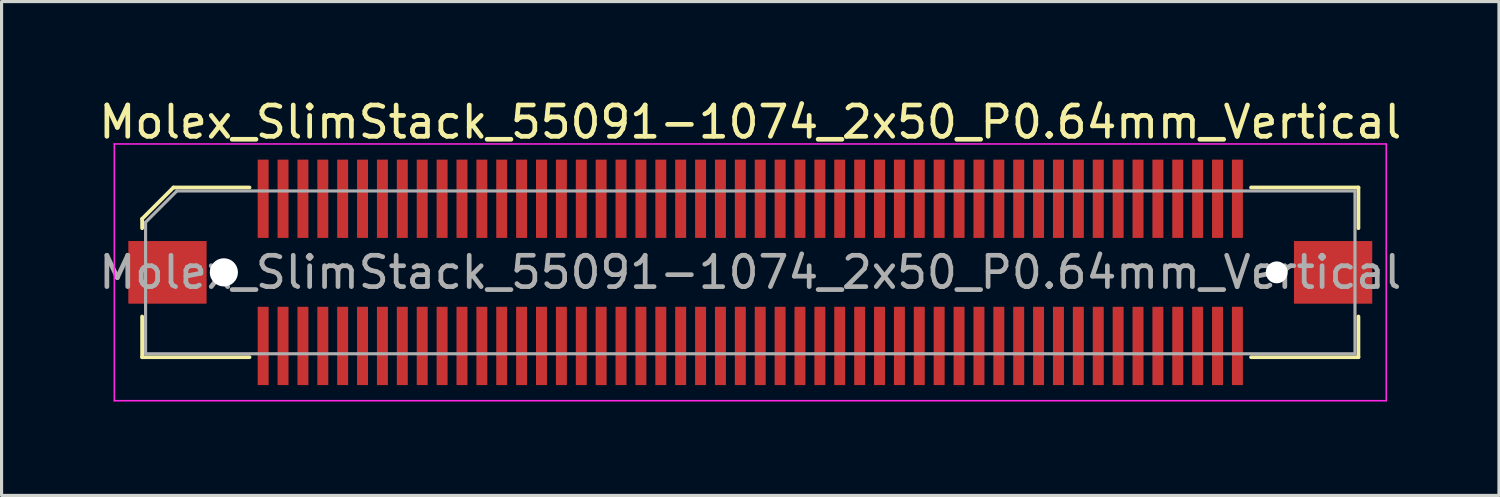
<source format=kicad_pcb>
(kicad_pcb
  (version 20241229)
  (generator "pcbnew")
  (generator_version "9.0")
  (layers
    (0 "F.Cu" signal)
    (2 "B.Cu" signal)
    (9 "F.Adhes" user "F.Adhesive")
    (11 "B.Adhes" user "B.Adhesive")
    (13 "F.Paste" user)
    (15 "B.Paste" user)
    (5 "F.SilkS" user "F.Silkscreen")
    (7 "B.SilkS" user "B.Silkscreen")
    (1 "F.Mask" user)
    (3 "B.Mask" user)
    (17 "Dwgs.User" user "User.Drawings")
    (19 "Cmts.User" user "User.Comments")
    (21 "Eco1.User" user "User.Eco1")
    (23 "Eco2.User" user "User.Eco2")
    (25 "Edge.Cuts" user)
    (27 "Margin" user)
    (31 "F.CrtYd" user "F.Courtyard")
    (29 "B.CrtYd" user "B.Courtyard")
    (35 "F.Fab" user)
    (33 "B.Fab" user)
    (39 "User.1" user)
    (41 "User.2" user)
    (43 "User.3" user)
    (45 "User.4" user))
  (footprint "Molex_SlimStack_55091-1074_2x50_P0.64mm_Vertical"
    (layer "F.Cu")
    (at 20.911 5.648)
    (property "Reference" "Molex_SlimStack_55091-1074_2x50_P0.64mm_Vertical" (at 0 -4.8 0) (layer "F.SilkS") (effects (font (size 1 1) (thickness 0.15))))
    (attr smd)
    (fp_line (start -19.422 -1.71) (end -18.422 -2.71) (stroke (width 0.12) (type solid)) (layer "F.SilkS"))
    (fp_line (start -19.422 -1.41) (end -19.422 -1.71) (stroke (width 0.12) (type solid)) (layer "F.SilkS"))
    (fp_line (start -19.422 2.71) (end -19.422 1.41) (stroke (width 0.12) (type solid)) (layer "F.SilkS"))
    (fp_line (start -18.422 -2.71) (end -15.992 -2.71) (stroke (width 0.12) (type solid)) (layer "F.SilkS"))
    (fp_line (start -15.992 2.71) (end -19.422 2.71) (stroke (width 0.12) (type solid)) (layer "F.SilkS"))
    (fp_line (start 15.992 2.71) (end 19.422 2.71) (stroke (width 0.12) (type solid)) (layer "F.SilkS"))
    (fp_line (start 19.422 -2.71) (end 15.992 -2.71) (stroke (width 0.12) (type solid)) (layer "F.SilkS"))
    (fp_line (start 19.422 -1.41) (end 19.422 -2.71) (stroke (width 0.12) (type solid)) (layer "F.SilkS"))
    (fp_line (start 19.422 2.71) (end 19.422 1.41) (stroke (width 0.12) (type solid)) (layer "F.SilkS"))
    (fp_line (start -20.31 -4.1) (end -20.31 4.1) (stroke (width 0.05) (type solid)) (layer "F.CrtYd"))
    (fp_line (start -20.31 4.1) (end 20.31 4.1) (stroke (width 0.05) (type solid)) (layer "F.CrtYd"))
    (fp_line (start 20.31 -4.1) (end -20.31 -4.1) (stroke (width 0.05) (type solid)) (layer "F.CrtYd"))
    (fp_line (start 20.31 4.1) (end 20.31 -4.1) (stroke (width 0.05) (type solid)) (layer "F.CrtYd"))
    (fp_line (start -19.312 -1.6) (end -18.312 -2.6) (stroke (width 0.1) (type solid)) (layer "F.Fab"))
    (fp_line (start -19.312 2.6) (end -19.312 -1.6) (stroke (width 0.1) (type solid)) (layer "F.Fab"))
    (fp_line (start -18.312 -2.6) (end 19.312 -2.6) (stroke (width 0.1) (type solid)) (layer "F.Fab"))
    (fp_line (start 19.312 -2.6) (end 19.312 2.6) (stroke (width 0.1) (type solid)) (layer "F.Fab"))
    (fp_line (start 19.312 2.6) (end -19.312 2.6) (stroke (width 0.1) (type solid)) (layer "F.Fab"))
    (fp_text user "${REFERENCE}" (at 0 0 0) (layer "F.Fab") (effects (font (size 1 1) (thickness 0.15))))
    (pad "" smd rect (at -18.613 0) (size 2.5 2) (layers "F.Cu" "F.Mask" "F.Paste"))
    (pad "" np_thru_hole circle (at -16.812 0) (size 0.9 0.9) (drill 0.9) (layers "*.Cu" "*.Mask"))
    (pad "" np_thru_hole circle (at 16.812 0) (size 0.7 0.7) (drill 0.7) (layers "*.Cu" "*.Mask"))
    (pad "" smd rect (at 18.613 0) (size 2.5 2) (layers "F.Cu" "F.Mask" "F.Paste"))
    (pad "1" smd rect (at -15.557 -2.35) (size 0.35 2.5) (layers "F.Cu" "F.Mask" "F.Paste"))
    (pad "2" smd rect (at -15.557 2.35) (size 0.35 2.5) (layers "F.Cu" "F.Mask" "F.Paste"))
    (pad "3" smd rect (at -14.922 -2.35) (size 0.35 2.5) (layers "F.Cu" "F.Mask" "F.Paste"))
    (pad "4" smd rect (at -14.922 2.35) (size 0.35 2.5) (layers "F.Cu" "F.Mask" "F.Paste"))
    (pad "5" smd rect (at -14.287 -2.35) (size 0.35 2.5) (layers "F.Cu" "F.Mask" "F.Paste"))
    (pad "6" smd rect (at -14.287 2.35) (size 0.35 2.5) (layers "F.Cu" "F.Mask" "F.Paste"))
    (pad "7" smd rect (at -13.652 -2.35) (size 0.35 2.5) (layers "F.Cu" "F.Mask" "F.Paste"))
    (pad "8" smd rect (at -13.652 2.35) (size 0.35 2.5) (layers "F.Cu" "F.Mask" "F.Paste"))
    (pad "9" smd rect (at -13.018 -2.35) (size 0.35 2.5) (layers "F.Cu" "F.Mask" "F.Paste"))
    (pad "10" smd rect (at -13.018 2.35) (size 0.35 2.5) (layers "F.Cu" "F.Mask" "F.Paste"))
    (pad "11" smd rect (at -12.383 -2.35) (size 0.35 2.5) (layers "F.Cu" "F.Mask" "F.Paste"))
    (pad "12" smd rect (at -12.383 2.35) (size 0.35 2.5) (layers "F.Cu" "F.Mask" "F.Paste"))
    (pad "13" smd rect (at -11.748 -2.35) (size 0.35 2.5) (layers "F.Cu" "F.Mask" "F.Paste"))
    (pad "14" smd rect (at -11.748 2.35) (size 0.35 2.5) (layers "F.Cu" "F.Mask" "F.Paste"))
    (pad "15" smd rect (at -11.113 -2.35) (size 0.35 2.5) (layers "F.Cu" "F.Mask" "F.Paste"))
    (pad "16" smd rect (at -11.113 2.35) (size 0.35 2.5) (layers "F.Cu" "F.Mask" "F.Paste"))
    (pad "17" smd rect (at -10.477 -2.35) (size 0.35 2.5) (layers "F.Cu" "F.Mask" "F.Paste"))
    (pad "18" smd rect (at -10.477 2.35) (size 0.35 2.5) (layers "F.Cu" "F.Mask" "F.Paste"))
    (pad "19" smd rect (at -9.842 -2.35) (size 0.35 2.5) (layers "F.Cu" "F.Mask" "F.Paste"))
    (pad "20" smd rect (at -9.842 2.35) (size 0.35 2.5) (layers "F.Cu" "F.Mask" "F.Paste"))
    (pad "21" smd rect (at -9.207 -2.35) (size 0.35 2.5) (layers "F.Cu" "F.Mask" "F.Paste"))
    (pad "22" smd rect (at -9.207 2.35) (size 0.35 2.5) (layers "F.Cu" "F.Mask" "F.Paste"))
    (pad "23" smd rect (at -8.572 -2.35) (size 0.35 2.5) (layers "F.Cu" "F.Mask" "F.Paste"))
    (pad "24" smd rect (at -8.572 2.35) (size 0.35 2.5) (layers "F.Cu" "F.Mask" "F.Paste"))
    (pad "25" smd rect (at -7.938 -2.35) (size 0.35 2.5) (layers "F.Cu" "F.Mask" "F.Paste"))
    (pad "26" smd rect (at -7.938 2.35) (size 0.35 2.5) (layers "F.Cu" "F.Mask" "F.Paste"))
    (pad "27" smd rect (at -7.303 -2.35) (size 0.35 2.5) (layers "F.Cu" "F.Mask" "F.Paste"))
    (pad "28" smd rect (at -7.303 2.35) (size 0.35 2.5) (layers "F.Cu" "F.Mask" "F.Paste"))
    (pad "29" smd rect (at -6.668 -2.35) (size 0.35 2.5) (layers "F.Cu" "F.Mask" "F.Paste"))
    (pad "30" smd rect (at -6.668 2.35) (size 0.35 2.5) (layers "F.Cu" "F.Mask" "F.Paste"))
    (pad "31" smd rect (at -6.032 -2.35) (size 0.35 2.5) (layers "F.Cu" "F.Mask" "F.Paste"))
    (pad "32" smd rect (at -6.032 2.35) (size 0.35 2.5) (layers "F.Cu" "F.Mask" "F.Paste"))
    (pad "33" smd rect (at -5.397 -2.35) (size 0.35 2.5) (layers "F.Cu" "F.Mask" "F.Paste"))
    (pad "34" smd rect (at -5.397 2.35) (size 0.35 2.5) (layers "F.Cu" "F.Mask" "F.Paste"))
    (pad "35" smd rect (at -4.763 -2.35) (size 0.35 2.5) (layers "F.Cu" "F.Mask" "F.Paste"))
    (pad "36" smd rect (at -4.763 2.35) (size 0.35 2.5) (layers "F.Cu" "F.Mask" "F.Paste"))
    (pad "37" smd rect (at -4.128 -2.35) (size 0.35 2.5) (layers "F.Cu" "F.Mask" "F.Paste"))
    (pad "38" smd rect (at -4.128 2.35) (size 0.35 2.5) (layers "F.Cu" "F.Mask" "F.Paste"))
    (pad "39" smd rect (at -3.493 -2.35) (size 0.35 2.5) (layers "F.Cu" "F.Mask" "F.Paste"))
    (pad "40" smd rect (at -3.493 2.35) (size 0.35 2.5) (layers "F.Cu" "F.Mask" "F.Paste"))
    (pad "41" smd rect (at -2.857 -2.35) (size 0.35 2.5) (layers "F.Cu" "F.Mask" "F.Paste"))
    (pad "42" smd rect (at -2.857 2.35) (size 0.35 2.5) (layers "F.Cu" "F.Mask" "F.Paste"))
    (pad "43" smd rect (at -2.223 -2.35) (size 0.35 2.5) (layers "F.Cu" "F.Mask" "F.Paste"))
    (pad "44" smd rect (at -2.223 2.35) (size 0.35 2.5) (layers "F.Cu" "F.Mask" "F.Paste"))
    (pad "45" smd rect (at -1.587 -2.35) (size 0.35 2.5) (layers "F.Cu" "F.Mask" "F.Paste"))
    (pad "46" smd rect (at -1.587 2.35) (size 0.35 2.5) (layers "F.Cu" "F.Mask" "F.Paste"))
    (pad "47" smd rect (at -0.953 -2.35) (size 0.35 2.5) (layers "F.Cu" "F.Mask" "F.Paste"))
    (pad "48" smd rect (at -0.953 2.35) (size 0.35 2.5) (layers "F.Cu" "F.Mask" "F.Paste"))
    (pad "49" smd rect (at -0.318 -2.35) (size 0.35 2.5) (layers "F.Cu" "F.Mask" "F.Paste"))
    (pad "50" smd rect (at -0.318 2.35) (size 0.35 2.5) (layers "F.Cu" "F.Mask" "F.Paste"))
    (pad "51" smd rect (at 0.318 -2.35) (size 0.35 2.5) (layers "F.Cu" "F.Mask" "F.Paste"))
    (pad "52" smd rect (at 0.318 2.35) (size 0.35 2.5) (layers "F.Cu" "F.Mask" "F.Paste"))
    (pad "53" smd rect (at 0.953 -2.35) (size 0.35 2.5) (layers "F.Cu" "F.Mask" "F.Paste"))
    (pad "54" smd rect (at 0.953 2.35) (size 0.35 2.5) (layers "F.Cu" "F.Mask" "F.Paste"))
    (pad "55" smd rect (at 1.587 -2.35) (size 0.35 2.5) (layers "F.Cu" "F.Mask" "F.Paste"))
    (pad "56" smd rect (at 1.587 2.35) (size 0.35 2.5) (layers "F.Cu" "F.Mask" "F.Paste"))
    (pad "57" smd rect (at 2.223 -2.35) (size 0.35 2.5) (layers "F.Cu" "F.Mask" "F.Paste"))
    (pad "58" smd rect (at 2.223 2.35) (size 0.35 2.5) (layers "F.Cu" "F.Mask" "F.Paste"))
    (pad "59" smd rect (at 2.857 -2.35) (size 0.35 2.5) (layers "F.Cu" "F.Mask" "F.Paste"))
    (pad "60" smd rect (at 2.857 2.35) (size 0.35 2.5) (layers "F.Cu" "F.Mask" "F.Paste"))
    (pad "61" smd rect (at 3.493 -2.35) (size 0.35 2.5) (layers "F.Cu" "F.Mask" "F.Paste"))
    (pad "62" smd rect (at 3.493 2.35) (size 0.35 2.5) (layers "F.Cu" "F.Mask" "F.Paste"))
    (pad "63" smd rect (at 4.128 -2.35) (size 0.35 2.5) (layers "F.Cu" "F.Mask" "F.Paste"))
    (pad "64" smd rect (at 4.128 2.35) (size 0.35 2.5) (layers "F.Cu" "F.Mask" "F.Paste"))
    (pad "65" smd rect (at 4.763 -2.35) (size 0.35 2.5) (layers "F.Cu" "F.Mask" "F.Paste"))
    (pad "66" smd rect (at 4.763 2.35) (size 0.35 2.5) (layers "F.Cu" "F.Mask" "F.Paste"))
    (pad "67" smd rect (at 5.397 -2.35) (size 0.35 2.5) (layers "F.Cu" "F.Mask" "F.Paste"))
    (pad "68" smd rect (at 5.397 2.35) (size 0.35 2.5) (layers "F.Cu" "F.Mask" "F.Paste"))
    (pad "69" smd rect (at 6.032 -2.35) (size 0.35 2.5) (layers "F.Cu" "F.Mask" "F.Paste"))
    (pad "70" smd rect (at 6.032 2.35) (size 0.35 2.5) (layers "F.Cu" "F.Mask" "F.Paste"))
    (pad "71" smd rect (at 6.668 -2.35) (size 0.35 2.5) (layers "F.Cu" "F.Mask" "F.Paste"))
    (pad "72" smd rect (at 6.668 2.35) (size 0.35 2.5) (layers "F.Cu" "F.Mask" "F.Paste"))
    (pad "73" smd rect (at 7.303 -2.35) (size 0.35 2.5) (layers "F.Cu" "F.Mask" "F.Paste"))
    (pad "74" smd rect (at 7.303 2.35) (size 0.35 2.5) (layers "F.Cu" "F.Mask" "F.Paste"))
    (pad "75" smd rect (at 7.938 -2.35) (size 0.35 2.5) (layers "F.Cu" "F.Mask" "F.Paste"))
    (pad "76" smd rect (at 7.938 2.35) (size 0.35 2.5) (layers "F.Cu" "F.Mask" "F.Paste"))
    (pad "77" smd rect (at 8.572 -2.35) (size 0.35 2.5) (layers "F.Cu" "F.Mask" "F.Paste"))
    (pad "78" smd rect (at 8.572 2.35) (size 0.35 2.5) (layers "F.Cu" "F.Mask" "F.Paste"))
    (pad "79" smd rect (at 9.207 -2.35) (size 0.35 2.5) (layers "F.Cu" "F.Mask" "F.Paste"))
    (pad "80" smd rect (at 9.207 2.35) (size 0.35 2.5) (layers "F.Cu" "F.Mask" "F.Paste"))
    (pad "81" smd rect (at 9.842 -2.35) (size 0.35 2.5) (layers "F.Cu" "F.Mask" "F.Paste"))
    (pad "82" smd rect (at 9.842 2.35) (size 0.35 2.5) (layers "F.Cu" "F.Mask" "F.Paste"))
    (pad "83" smd rect (at 10.477 -2.35) (size 0.35 2.5) (layers "F.Cu" "F.Mask" "F.Paste"))
    (pad "84" smd rect (at 10.477 2.35) (size 0.35 2.5) (layers "F.Cu" "F.Mask" "F.Paste"))
    (pad "85" smd rect (at 11.113 -2.35) (size 0.35 2.5) (layers "F.Cu" "F.Mask" "F.Paste"))
    (pad "86" smd rect (at 11.113 2.35) (size 0.35 2.5) (layers "F.Cu" "F.Mask" "F.Paste"))
    (pad "87" smd rect (at 11.748 -2.35) (size 0.35 2.5) (layers "F.Cu" "F.Mask" "F.Paste"))
    (pad "88" smd rect (at 11.748 2.35) (size 0.35 2.5) (layers "F.Cu" "F.Mask" "F.Paste"))
    (pad "89" smd rect (at 12.383 -2.35) (size 0.35 2.5) (layers "F.Cu" "F.Mask" "F.Paste"))
    (pad "90" smd rect (at 12.383 2.35) (size 0.35 2.5) (layers "F.Cu" "F.Mask" "F.Paste"))
    (pad "91" smd rect (at 13.018 -2.35) (size 0.35 2.5) (layers "F.Cu" "F.Mask" "F.Paste"))
    (pad "92" smd rect (at 13.018 2.35) (size 0.35 2.5) (layers "F.Cu" "F.Mask" "F.Paste"))
    (pad "93" smd rect (at 13.652 -2.35) (size 0.35 2.5) (layers "F.Cu" "F.Mask" "F.Paste"))
    (pad "94" smd rect (at 13.652 2.35) (size 0.35 2.5) (layers "F.Cu" "F.Mask" "F.Paste"))
    (pad "95" smd rect (at 14.287 -2.35) (size 0.35 2.5) (layers "F.Cu" "F.Mask" "F.Paste"))
    (pad "96" smd rect (at 14.287 2.35) (size 0.35 2.5) (layers "F.Cu" "F.Mask" "F.Paste"))
    (pad "97" smd rect (at 14.922 -2.35) (size 0.35 2.5) (layers "F.Cu" "F.Mask" "F.Paste"))
    (pad "98" smd rect (at 14.922 2.35) (size 0.35 2.5) (layers "F.Cu" "F.Mask" "F.Paste"))
    (pad "99" smd rect (at 15.557 -2.35) (size 0.35 2.5) (layers "F.Cu" "F.Mask" "F.Paste"))
    (pad "100" smd rect (at 15.557 2.35) (size 0.35 2.5) (layers "F.Cu" "F.Mask" "F.Paste")))
  (gr_rect
    (start -3 -3)
    (end 44.821 12.773)
    (stroke (width 0.1) (type default))
    (fill no)
    (layer "Edge.Cuts")))
</source>
